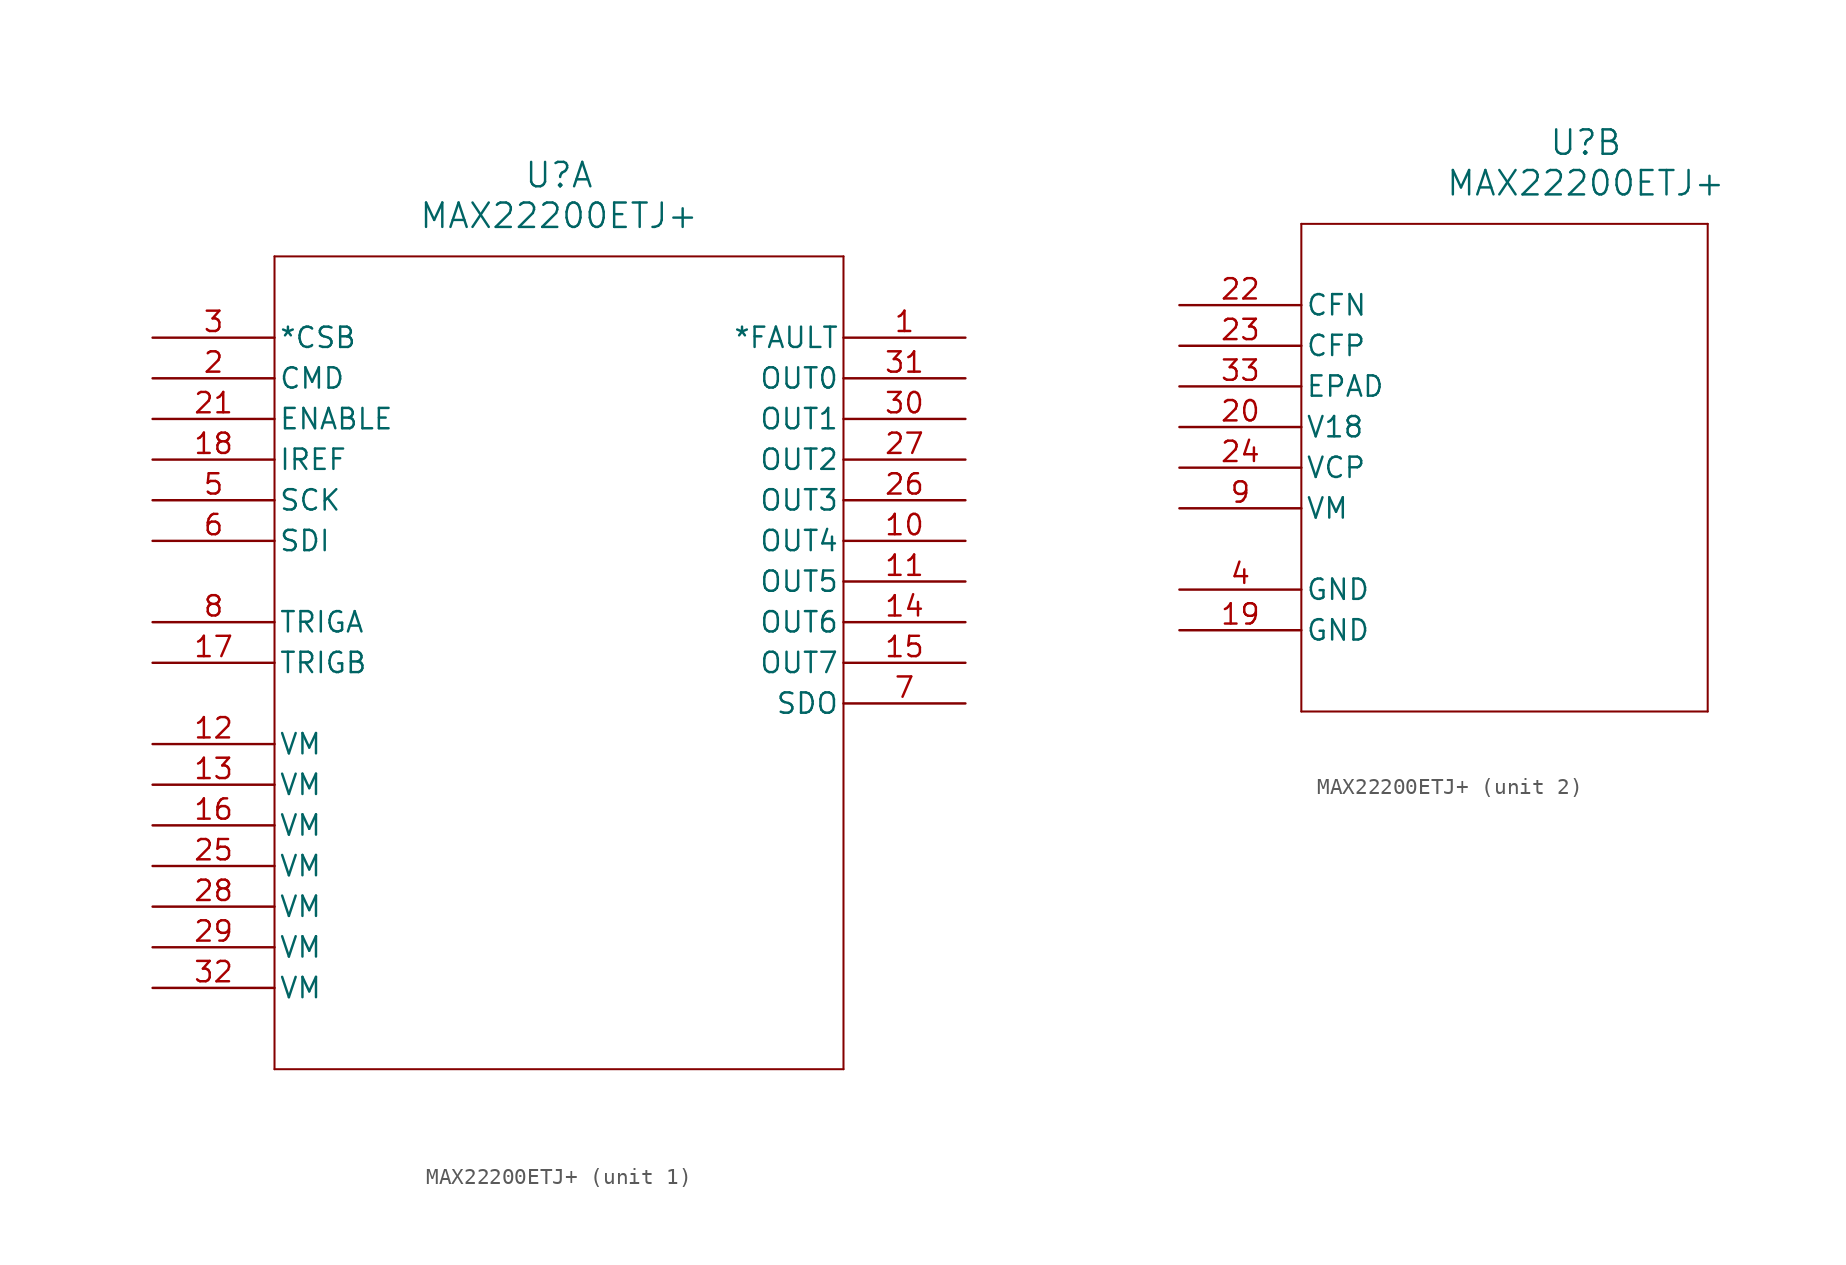
<source format=kicad_sym>
(kicad_symbol_lib
  (version 20231120)
  (generator "kicad_symbol_editor")
  (generator_version "8.0")
  (symbol "MAX22200ETJ+"
    (pin_names
      (offset 0.254))
    (property "Reference" "U"
      (at 25.4 10.16 0)
      (effects (font (size 1.524 1.524))))
    (property "Value" "MAX22200ETJ+"
      (at 25.4 7.62 0)
      (effects (font (size 1.524 1.524))))
    (property "ki_locked" ""
      (at 0 0 0)
      (effects (font (size 1.27 1.27))))
    (symbol "MAX22200ETJ+_1_1"
      (polyline (pts (xy 7.62 -45.72) (xy 43.18 -45.72)) (stroke (width 0.127) (type default)) (fill (type none)))
      (polyline (pts (xy 7.62 5.08) (xy 7.62 -45.72)) (stroke (width 0.127) (type default)) (fill (type none)))
      (polyline (pts (xy 43.18 -45.72) (xy 43.18 5.08)) (stroke (width 0.127) (type default)) (fill (type none)))
      (polyline (pts (xy 43.18 5.08) (xy 7.62 5.08)) (stroke (width 0.127) (type default)) (fill (type none)))
      (pin output line (at 50.8 0 180) (length 7.62) (name "*FAULT" (effects (font (size 1.27 1.27)))) (number "1" (effects (font (size 1.27 1.27)))))
      (pin output line (at 50.8 -12.7 180) (length 7.62) (name "OUT4" (effects (font (size 1.27 1.27)))) (number "10" (effects (font (size 1.27 1.27)))))
      (pin output line (at 50.8 -15.24 180) (length 7.62) (name "OUT5" (effects (font (size 1.27 1.27)))) (number "11" (effects (font (size 1.27 1.27)))))
      (pin input line (at 0 -25.4 0) (length 7.62) (name "VM" (effects (font (size 1.27 1.27)))) (number "12" (effects (font (size 1.27 1.27)))))
      (pin input line (at 0 -27.94 0) (length 7.62) (name "VM" (effects (font (size 1.27 1.27)))) (number "13" (effects (font (size 1.27 1.27)))))
      (pin output line (at 50.8 -17.78 180) (length 7.62) (name "OUT6" (effects (font (size 1.27 1.27)))) (number "14" (effects (font (size 1.27 1.27)))))
      (pin output line (at 50.8 -20.32 180) (length 7.62) (name "OUT7" (effects (font (size 1.27 1.27)))) (number "15" (effects (font (size 1.27 1.27)))))
      (pin input line (at 0 -30.48 0) (length 7.62) (name "VM" (effects (font (size 1.27 1.27)))) (number "16" (effects (font (size 1.27 1.27)))))
      (pin input line (at 0 -20.32 0) (length 7.62) (name "TRIGB" (effects (font (size 1.27 1.27)))) (number "17" (effects (font (size 1.27 1.27)))))
      (pin input line (at 0 -7.62 0) (length 7.62) (name "IREF" (effects (font (size 1.27 1.27)))) (number "18" (effects (font (size 1.27 1.27)))))
      (pin input line (at 0 -2.54 0) (length 7.62) (name "CMD" (effects (font (size 1.27 1.27)))) (number "2" (effects (font (size 1.27 1.27)))))
      (pin input line (at 0 -5.08 0) (length 7.62) (name "ENABLE" (effects (font (size 1.27 1.27)))) (number "21" (effects (font (size 1.27 1.27)))))
      (pin input line (at 0 -33.02 0) (length 7.62) (name "VM" (effects (font (size 1.27 1.27)))) (number "25" (effects (font (size 1.27 1.27)))))
      (pin output line (at 50.8 -10.16 180) (length 7.62) (name "OUT3" (effects (font (size 1.27 1.27)))) (number "26" (effects (font (size 1.27 1.27)))))
      (pin output line (at 50.8 -7.62 180) (length 7.62) (name "OUT2" (effects (font (size 1.27 1.27)))) (number "27" (effects (font (size 1.27 1.27)))))
      (pin input line (at 0 -35.56 0) (length 7.62) (name "VM" (effects (font (size 1.27 1.27)))) (number "28" (effects (font (size 1.27 1.27)))))
      (pin input line (at 0 -38.1 0) (length 7.62) (name "VM" (effects (font (size 1.27 1.27)))) (number "29" (effects (font (size 1.27 1.27)))))
      (pin input line (at 0 0 0) (length 7.62) (name "*CSB" (effects (font (size 1.27 1.27)))) (number "3" (effects (font (size 1.27 1.27)))))
      (pin output line (at 50.8 -5.08 180) (length 7.62) (name "OUT1" (effects (font (size 1.27 1.27)))) (number "30" (effects (font (size 1.27 1.27)))))
      (pin output line (at 50.8 -2.54 180) (length 7.62) (name "OUT0" (effects (font (size 1.27 1.27)))) (number "31" (effects (font (size 1.27 1.27)))))
      (pin input line (at 0 -40.64 0) (length 7.62) (name "VM" (effects (font (size 1.27 1.27)))) (number "32" (effects (font (size 1.27 1.27)))))
      (pin input line (at 0 -10.16 0) (length 7.62) (name "SCK" (effects (font (size 1.27 1.27)))) (number "5" (effects (font (size 1.27 1.27)))))
      (pin input line (at 0 -12.7 0) (length 7.62) (name "SDI" (effects (font (size 1.27 1.27)))) (number "6" (effects (font (size 1.27 1.27)))))
      (pin output line (at 50.8 -22.86 180) (length 7.62) (name "SDO" (effects (font (size 1.27 1.27)))) (number "7" (effects (font (size 1.27 1.27)))))
      (pin input line (at 0 -17.78 0) (length 7.62) (name "TRIGA" (effects (font (size 1.27 1.27)))) (number "8" (effects (font (size 1.27 1.27))))))
    (symbol "MAX22200ETJ+_2_1"
      (polyline (pts (xy 7.62 -25.4) (xy 33.02 -25.4)) (stroke (width 0.127) (type default)) (fill (type none)))
      (polyline (pts (xy 7.62 5.08) (xy 7.62 -25.4)) (stroke (width 0.127) (type default)) (fill (type none)))
      (polyline (pts (xy 33.02 -25.4) (xy 33.02 5.08)) (stroke (width 0.127) (type default)) (fill (type none)))
      (polyline (pts (xy 33.02 5.08) (xy 7.62 5.08)) (stroke (width 0.127) (type default)) (fill (type none)))
      (pin power_in line (at 0 -20.32 0) (length 7.62) (name "GND" (effects (font (size 1.27 1.27)))) (number "19" (effects (font (size 1.27 1.27)))))
      (pin power_in line (at 0 -7.62 0) (length 7.62) (name "V18" (effects (font (size 1.27 1.27)))) (number "20" (effects (font (size 1.27 1.27)))))
      (pin power_in line (at 0 0 0) (length 7.62) (name "CFN" (effects (font (size 1.27 1.27)))) (number "22" (effects (font (size 1.27 1.27)))))
      (pin power_in line (at 0 -2.54 0) (length 7.62) (name "CFP" (effects (font (size 1.27 1.27)))) (number "23" (effects (font (size 1.27 1.27)))))
      (pin power_in line (at 0 -10.16 0) (length 7.62) (name "VCP" (effects (font (size 1.27 1.27)))) (number "24" (effects (font (size 1.27 1.27)))))
      (pin power_in line (at 0 -5.08 0) (length 7.62) (name "EPAD" (effects (font (size 1.27 1.27)))) (number "33" (effects (font (size 1.27 1.27)))))
      (pin power_in line (at 0 -17.78 0) (length 7.62) (name "GND" (effects (font (size 1.27 1.27)))) (number "4" (effects (font (size 1.27 1.27)))))
      (pin power_in line (at 0 -12.7 0) (length 7.62) (name "VM" (effects (font (size 1.27 1.27)))) (number "9" (effects (font (size 1.27 1.27))))))))
</source>
